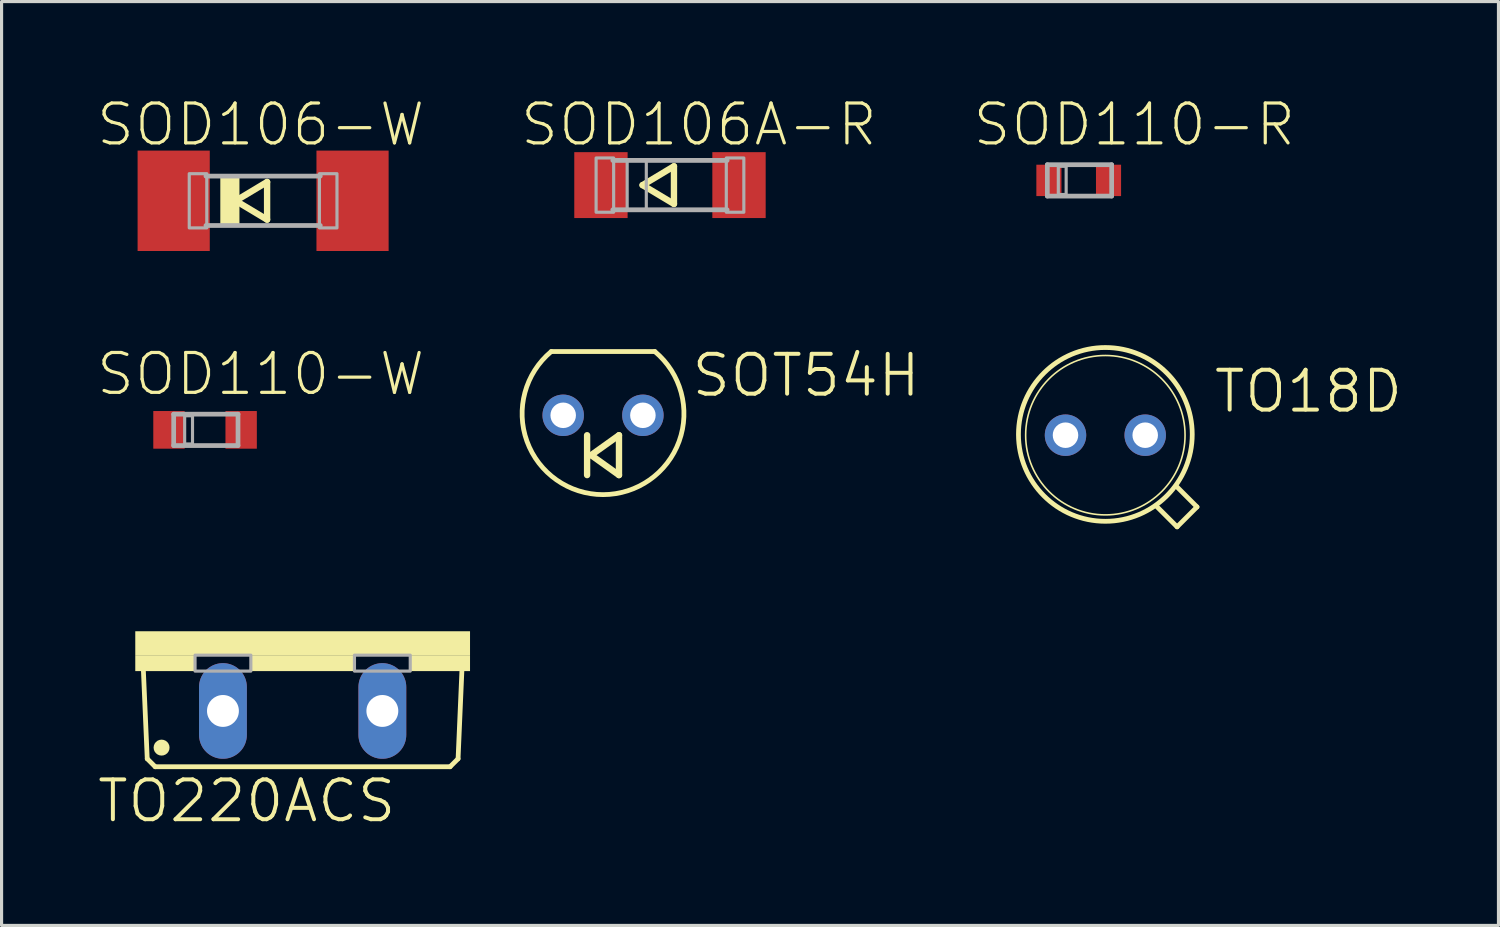
<source format=kicad_pcb>
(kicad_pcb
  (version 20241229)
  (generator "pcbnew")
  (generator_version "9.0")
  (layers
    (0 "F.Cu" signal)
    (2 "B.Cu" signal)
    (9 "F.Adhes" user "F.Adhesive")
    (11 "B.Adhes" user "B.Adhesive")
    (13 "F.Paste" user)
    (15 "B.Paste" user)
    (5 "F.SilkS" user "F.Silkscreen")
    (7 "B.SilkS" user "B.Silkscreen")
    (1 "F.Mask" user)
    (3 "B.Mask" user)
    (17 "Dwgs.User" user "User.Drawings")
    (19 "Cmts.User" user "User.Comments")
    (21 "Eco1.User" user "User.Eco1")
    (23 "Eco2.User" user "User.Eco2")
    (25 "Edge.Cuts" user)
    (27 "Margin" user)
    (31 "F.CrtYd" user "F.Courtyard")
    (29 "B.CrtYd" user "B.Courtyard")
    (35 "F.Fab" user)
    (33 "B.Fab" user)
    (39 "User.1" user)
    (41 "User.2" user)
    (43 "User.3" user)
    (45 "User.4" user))
  (footprint "SOD110-R"
    (layer "F.Cu")
    (at 31.327 2.699)
    (property "Reference" "SOD110-R" (at 1.772 -1.778 0) (layer "F.SilkS") (effects (font (size 1.27 1.27) (thickness 0.102))))
    (attr through_hole)
    (fp_line (start -1 -0.5) (end 1.05 -0.5) (stroke (width 0.15) (type solid)) (layer "F.Fab"))
    (fp_line (start -1 0.5) (end -1 -0.5) (stroke (width 0.15) (type solid)) (layer "F.Fab"))
    (fp_line (start 1.05 -0.5) (end 1.05 0.5) (stroke (width 0.15) (type solid)) (layer "F.Fab"))
    (fp_line (start 1.05 0.5) (end -1 0.5) (stroke (width 0.15) (type solid)) (layer "F.Fab"))
    (fp_poly (pts (xy -0.65 -0.45) (xy -0.4 -0.45) (xy -0.4 0.45) (xy -0.65 0.45)) (stroke (width 0.1) (type solid)) (fill no) (layer "F.Fab"))
    (pad "A" smd rect (at 0.95 0) (size 0.8 1) (layers "F.Cu" "F.Mask" "F.Paste"))
    (pad "C" smd rect (at -0.95 0) (size 0.8 1) (layers "F.Cu" "F.Mask" "F.Paste")))
  (footprint "SOD106-W"
    (layer "F.Cu")
    (at 5.335 3.349)
    (property "Reference" "SOD106-W" (at -0.078 -2.428 0) (layer "F.SilkS") (effects (font (size 1.27 1.27) (thickness 0.102))))
    (attr through_hole)
    (fp_line (start -0.873 0) (end 0.127 0.6) (stroke (width 0.203) (type solid)) (layer "F.SilkS"))
    (fp_line (start 0.127 -0.6) (end -0.873 0) (stroke (width 0.203) (type solid)) (layer "F.SilkS"))
    (fp_line (start 0.127 0.6) (end 0.127 -0.6) (stroke (width 0.203) (type solid)) (layer "F.SilkS"))
    (fp_poly (pts (xy -1.364 -0.787) (xy -0.754 -0.787) (xy -0.754 0.787) (xy -1.364 0.787)) (stroke (width 0) (type solid)) (fill yes) (layer "F.SilkS"))
    (fp_line (start 1.821 -0.787) (end -1.821 -0.787) (stroke (width 0.152) (type solid)) (layer "F.Fab"))
    (fp_line (start 1.821 0.787) (end -1.821 0.787) (stroke (width 0.152) (type solid)) (layer "F.Fab"))
    (fp_poly (pts (xy -2.354 -0.864) (xy -1.795 -0.864) (xy -1.795 0.864) (xy -2.354 0.864)) (stroke (width 0.1) (type solid)) (fill no) (layer "F.Fab"))
    (fp_poly (pts (xy 1.795 -0.864) (xy 2.354 -0.864) (xy 2.354 0.864) (xy 1.795 0.864)) (stroke (width 0.1) (type solid)) (fill no) (layer "F.Fab"))
    (pad "A" smd rect (at 2.85 0) (size 2.3 3.2) (layers "F.Cu" "F.Mask" "F.Paste"))
    (pad "C" smd rect (at -2.85 0) (size 2.3 3.2) (layers "F.Cu" "F.Mask" "F.Paste")))
  (footprint "TO18D"
    (layer "F.Cu")
    (at 32.176 10.819)
    (property "Reference" "TO18D" (at 6.471 -1.397 0) (layer "F.SilkS") (effects (font (size 1.27 1.27) (thickness 0.127))))
    (attr through_hole)
    (fp_line (start 1.651 2.286) (end 2.286 2.921) (stroke (width 0.152) (type solid)) (layer "F.SilkS"))
    (fp_line (start 2.286 2.921) (end 2.921 2.286) (stroke (width 0.152) (type solid)) (layer "F.SilkS"))
    (fp_line (start 2.921 2.286) (end 2.286 1.651) (stroke (width 0.152) (type solid)) (layer "F.SilkS"))
    (fp_circle (center 0 -0.025) (end 2.769 -0.025) (stroke (width 0.152) (type solid)) (fill no) (layer "F.SilkS"))
    (fp_circle (center 0 0) (end 2.54 0) (stroke (width 0.051) (type solid)) (fill no) (layer "F.SilkS"))
    (pad "A" thru_hole circle (at 1.27 0) (size 1.321 1.321) (drill 0.813) (layers "*.Cu" "*.Mask"))
    (pad "C" thru_hole circle (at -1.27 0) (size 1.321 1.321) (drill 0.813) (layers "*.Cu" "*.Mask")))
  (footprint "SOD106A-R"
    (layer "F.Cu")
    (at 18.301 2.849)
    (property "Reference" "SOD106A-R" (at 0.922 -1.928 0) (layer "F.SilkS") (effects (font (size 1.27 1.27) (thickness 0.102))))
    (attr through_hole)
    (fp_line (start -0.873 0) (end 0.127 0.6) (stroke (width 0.203) (type solid)) (layer "F.SilkS"))
    (fp_line (start 0.127 -0.6) (end -0.873 0) (stroke (width 0.203) (type solid)) (layer "F.SilkS"))
    (fp_line (start 0.127 0.6) (end 0.127 -0.6) (stroke (width 0.203) (type solid)) (layer "F.SilkS"))
    (fp_line (start 1.821 -0.787) (end -1.821 -0.787) (stroke (width 0.152) (type solid)) (layer "F.Fab"))
    (fp_line (start 1.821 0.787) (end -1.821 0.787) (stroke (width 0.152) (type solid)) (layer "F.Fab"))
    (fp_poly (pts (xy -2.354 -0.864) (xy -1.795 -0.864) (xy -1.795 0.864) (xy -2.354 0.864)) (stroke (width 0.1) (type solid)) (fill no) (layer "F.Fab"))
    (fp_poly (pts (xy -1.364 -0.787) (xy -0.754 -0.787) (xy -0.754 0.787) (xy -1.364 0.787)) (stroke (width 0.1) (type solid)) (fill no) (layer "F.Fab"))
    (fp_poly (pts (xy 1.795 -0.864) (xy 2.354 -0.864) (xy 2.354 0.864) (xy 1.795 0.864)) (stroke (width 0.1) (type solid)) (fill no) (layer "F.Fab"))
    (pad "A" smd rect (at 2.2 0) (size 1.7 2.1) (layers "F.Cu" "F.Mask" "F.Paste"))
    (pad "C" smd rect (at -2.2 0) (size 1.7 2.1) (layers "F.Cu" "F.Mask" "F.Paste")))
  (footprint "TO220ACS"
    (layer "F.Cu")
    (at 6.595 17.067)
    (property "Reference" "TO220ACS" (at -1.784 5.41 0) (layer "F.SilkS") (effects (font (size 1.27 1.27) (thickness 0.127))))
    (attr through_hole)
    (fp_line (start -4.953 4.064) (end -5.08 1.143) (stroke (width 0.152) (type solid)) (layer "F.SilkS"))
    (fp_line (start -4.953 4.064) (end -4.699 4.318) (stroke (width 0.152) (type solid)) (layer "F.SilkS"))
    (fp_line (start 4.699 4.318) (end -4.699 4.318) (stroke (width 0.152) (type solid)) (layer "F.SilkS"))
    (fp_line (start 4.699 4.318) (end 4.953 4.064) (stroke (width 0.152) (type solid)) (layer "F.SilkS"))
    (fp_line (start 5.08 1.143) (end 4.953 4.064) (stroke (width 0.152) (type solid)) (layer "F.SilkS"))
    (fp_poly (pts (xy -5.334 0) (xy 5.334 0) (xy 5.334 0.762) (xy -5.334 0.762)) (stroke (width 0) (type solid)) (fill yes) (layer "F.SilkS"))
    (fp_poly (pts (xy -5.334 0.762) (xy -3.429 0.762) (xy -3.429 1.27) (xy -5.334 1.27)) (stroke (width 0) (type solid)) (fill yes) (layer "F.SilkS"))
    (fp_poly (pts (xy -1.651 0.762) (xy 1.651 0.762) (xy 1.651 1.27) (xy -1.651 1.27)) (stroke (width 0) (type solid)) (fill yes) (layer "F.SilkS"))
    (fp_poly (pts (xy 3.429 0.762) (xy 5.334 0.762) (xy 5.334 1.27) (xy 3.429 1.27)) (stroke (width 0) (type solid)) (fill yes) (layer "F.SilkS"))
    (fp_poly (pts (xy -4.242 3.708) (xy -4.25 3.774) (xy -4.276 3.835) (xy -4.316 3.888) (xy -4.369 3.928) (xy -4.43 3.954) (xy -4.496 3.962) (xy -4.562 3.954) (xy -4.623 3.928) (xy -4.675 3.888) (xy -4.716 3.835) (xy -4.741 3.774) (xy -4.75 3.708) (xy -4.741 3.643) (xy -4.716 3.581) (xy -4.675 3.529) (xy -4.623 3.488) (xy -4.562 3.463) (xy -4.496 3.454) (xy -4.43 3.463) (xy -4.369 3.488) (xy -4.316 3.529) (xy -4.276 3.581) (xy -4.25 3.643)) (stroke (width 0) (type solid)) (fill yes) (layer "F.SilkS"))
    (fp_poly (pts (xy -3.429 0.762) (xy -1.651 0.762) (xy -1.651 1.27) (xy -3.429 1.27)) (stroke (width 0.1) (type solid)) (fill no) (layer "F.Fab"))
    (fp_poly (pts (xy 1.651 0.762) (xy 3.429 0.762) (xy 3.429 1.27) (xy 1.651 1.27)) (stroke (width 0.1) (type solid)) (fill no) (layer "F.Fab"))
    (pad "A" thru_hole oval (at 2.54 2.54) (size 1.524 3.048) (drill 1.016) (layers "*.Cu" "*.Mask"))
    (pad "C" thru_hole oval (at -2.54 2.54) (size 1.524 3.048) (drill 1.016) (layers "*.Cu" "*.Mask")))
  (footprint "SOT54H"
    (layer "F.Cu")
    (at 16.168 10.185)
    (property "Reference" "SOT54H" (at 6.471 -1.27 0) (layer "F.SilkS") (effects (font (size 1.27 1.27) (thickness 0.127))))
    (attr through_hole)
    (fp_line (start -0.508 1.905) (end -0.508 0.635) (stroke (width 0.203) (type solid)) (layer "F.SilkS"))
    (fp_line (start -0.381 1.27) (end 0.508 1.905) (stroke (width 0.203) (type solid)) (layer "F.SilkS"))
    (fp_line (start 0.508 0.635) (end -0.381 1.27) (stroke (width 0.203) (type solid)) (layer "F.SilkS"))
    (fp_line (start 0.508 1.905) (end 0.508 0.635) (stroke (width 0.203) (type solid)) (layer "F.SilkS"))
    (fp_line (start 1.651 -2.032) (end -1.651 -2.032) (stroke (width 0.152) (type solid)) (layer "F.SilkS"))
    (fp_arc (start 1.650999 -2.032001) (mid 0.000001 2.528145) (end -1.651 -2.032) (stroke (width 0.1524) (type solid)) (layer "F.SilkS"))
    (pad "A" thru_hole circle (at 1.27 0) (size 1.321 1.321) (drill 0.813) (layers "*.Cu" "*.Mask"))
    (pad "C" thru_hole circle (at -1.27 0) (size 1.321 1.321) (drill 0.813) (layers "*.Cu" "*.Mask")))
  (footprint "SOD110-W"
    (layer "F.Cu")
    (at 3.485 10.649)
    (property "Reference" "SOD110-W" (at 1.772 -1.778 0) (layer "F.SilkS") (effects (font (size 1.27 1.27) (thickness 0.102))))
    (attr through_hole)
    (fp_line (start -1 -0.5) (end 1.05 -0.5) (stroke (width 0.15) (type solid)) (layer "F.Fab"))
    (fp_line (start -1 0.5) (end -1 -0.5) (stroke (width 0.15) (type solid)) (layer "F.Fab"))
    (fp_line (start 1.05 -0.5) (end 1.05 0.5) (stroke (width 0.15) (type solid)) (layer "F.Fab"))
    (fp_line (start 1.05 0.5) (end -1 0.5) (stroke (width 0.15) (type solid)) (layer "F.Fab"))
    (fp_poly (pts (xy -0.65 -0.45) (xy -0.4 -0.45) (xy -0.4 0.45) (xy -0.65 0.45)) (stroke (width 0.1) (type solid)) (fill no) (layer "F.Fab"))
    (pad "A" smd rect (at 1.15 0) (size 1 1.2) (layers "F.Cu" "F.Mask" "F.Paste"))
    (pad "C" smd rect (at -1.15 0) (size 1 1.2) (layers "F.Cu" "F.Mask" "F.Paste")))
  (gr_rect
    (start -3 -3)
    (end 44.704 26.443)
    (stroke (width 0.1) (type default))
    (fill no)
    (layer "Edge.Cuts")))
</source>
